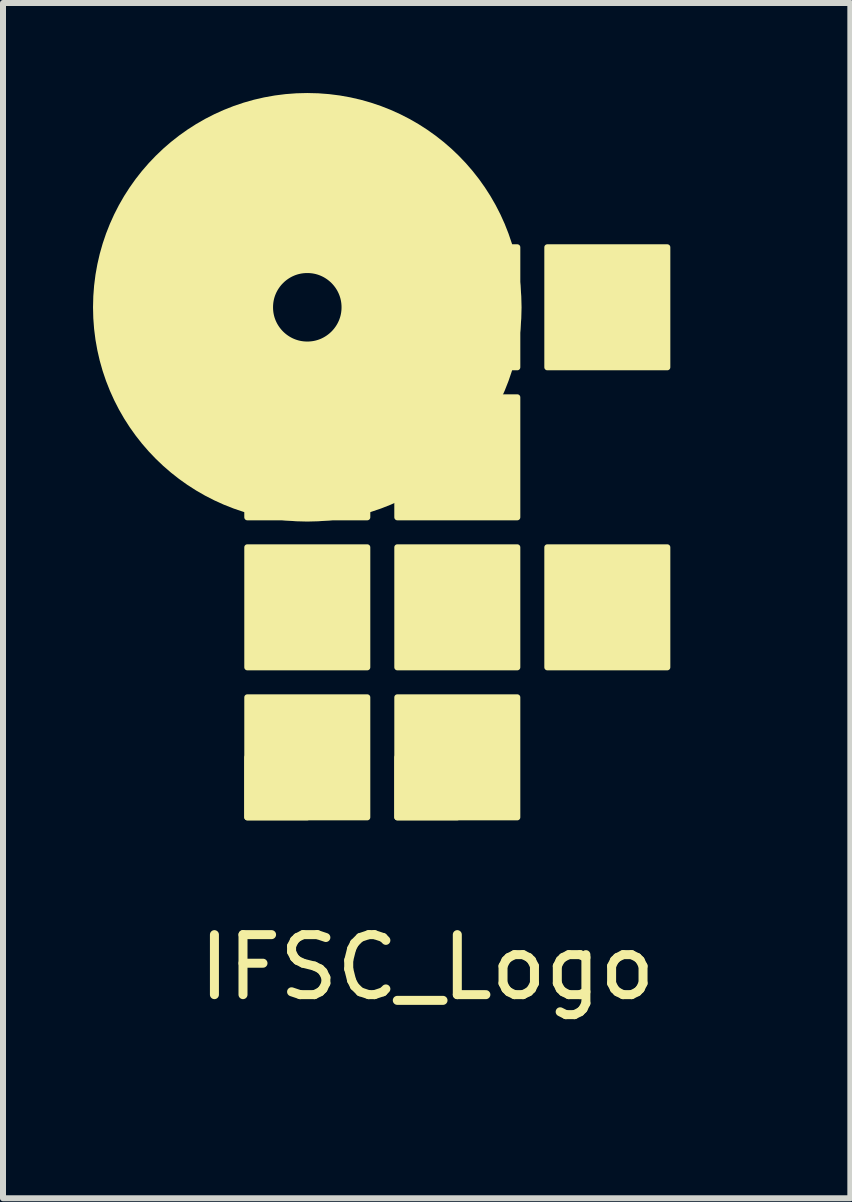
<source format=kicad_pcb>
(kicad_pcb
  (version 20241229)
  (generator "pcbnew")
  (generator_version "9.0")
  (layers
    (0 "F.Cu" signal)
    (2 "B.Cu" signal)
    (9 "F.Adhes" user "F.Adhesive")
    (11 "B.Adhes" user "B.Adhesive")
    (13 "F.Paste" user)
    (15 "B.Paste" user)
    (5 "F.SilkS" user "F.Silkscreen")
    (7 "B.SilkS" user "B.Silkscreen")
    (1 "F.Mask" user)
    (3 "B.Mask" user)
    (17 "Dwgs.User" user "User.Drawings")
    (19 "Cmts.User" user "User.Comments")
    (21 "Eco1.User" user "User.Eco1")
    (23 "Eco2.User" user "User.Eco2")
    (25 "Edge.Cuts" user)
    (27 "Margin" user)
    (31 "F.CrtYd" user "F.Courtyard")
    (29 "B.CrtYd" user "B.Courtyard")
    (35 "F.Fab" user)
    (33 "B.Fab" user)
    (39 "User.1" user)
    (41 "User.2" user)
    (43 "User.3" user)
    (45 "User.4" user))
  (footprint "IFSC_Logo"
    (layer "F.Cu")
    (at 1.071 10.571)
    (property "Reference" "IFSC_Logo" (at 3 2.5 0) (layer "F.SilkS") (effects (font (size 1 1) (thickness 0.15))))
    (attr through_hole)
    (fp_circle (center 1 -8.5) (end 1.57 -8.47) (stroke (width 3) (type solid)) (fill no) (layer "F.SilkS"))
    (fp_poly (pts (xy 0 -2.5) (xy 2 -2.5) (xy 2 -4.5) (xy 0 -4.5)) (stroke (width 0.1) (type solid)) (fill yes) (layer "F.SilkS"))
    (fp_poly (pts (xy 0 -1) (xy 1 -1) (xy 1 0) (xy 0 0)) (stroke (width 0.1) (type solid)) (fill yes) (layer "F.SilkS"))
    (fp_poly (pts (xy 2 -2) (xy 2 0) (xy 0 0) (xy 0 -2)) (stroke (width 0.1) (type solid)) (fill yes) (layer "F.SilkS"))
    (fp_poly (pts (xy 2.5 -9.5) (xy 2.5 -7.5) (xy 4.5 -7.5) (xy 4.5 -9.5)) (stroke (width 0.1) (type solid)) (fill yes) (layer "F.SilkS"))
    (fp_poly (pts (xy 2.5 -2.5) (xy 4.5 -2.5) (xy 4.5 -4.5) (xy 2.5 -4.5)) (stroke (width 0.1) (type solid)) (fill yes) (layer "F.SilkS"))
    (fp_poly (pts (xy 2.5 -1) (xy 3.5 -1) (xy 3.5 0) (xy 2.5 0)) (stroke (width 0.1) (type solid)) (fill yes) (layer "F.SilkS"))
    (fp_poly (pts (xy 4.5 -2) (xy 4.5 0) (xy 2.5 0) (xy 2.5 -2)) (stroke (width 0.1) (type solid)) (fill yes) (layer "F.SilkS"))
    (fp_poly (pts (xy 5 -7.5) (xy 7 -7.5) (xy 7 -9.5) (xy 5 -9.5)) (stroke (width 0.1) (type solid)) (fill yes) (layer "F.SilkS"))
    (fp_poly (pts (xy 5 -4.5) (xy 7 -4.5) (xy 7 -2.5) (xy 5 -2.5)) (stroke (width 0.1) (type solid)) (fill yes) (layer "F.SilkS"))
    (fp_poly (pts (xy 0 -5) (xy 2 -5) (xy 2 -6.5) (xy 2 -7) (xy 0 -7)) (stroke (width 0.1) (type solid)) (fill yes) (layer "F.SilkS"))
    (fp_poly (pts (xy 2.5 -5) (xy 4.5 -5) (xy 4.5 -6.5) (xy 4.5 -7) (xy 2.5 -7)) (stroke (width 0.1) (type solid)) (fill yes) (layer "F.SilkS")))
  (gr_rect
    (start -3 -3)
    (end 11.121 16.919)
    (stroke (width 0.1) (type default))
    (fill no)
    (layer "Edge.Cuts")))
</source>
